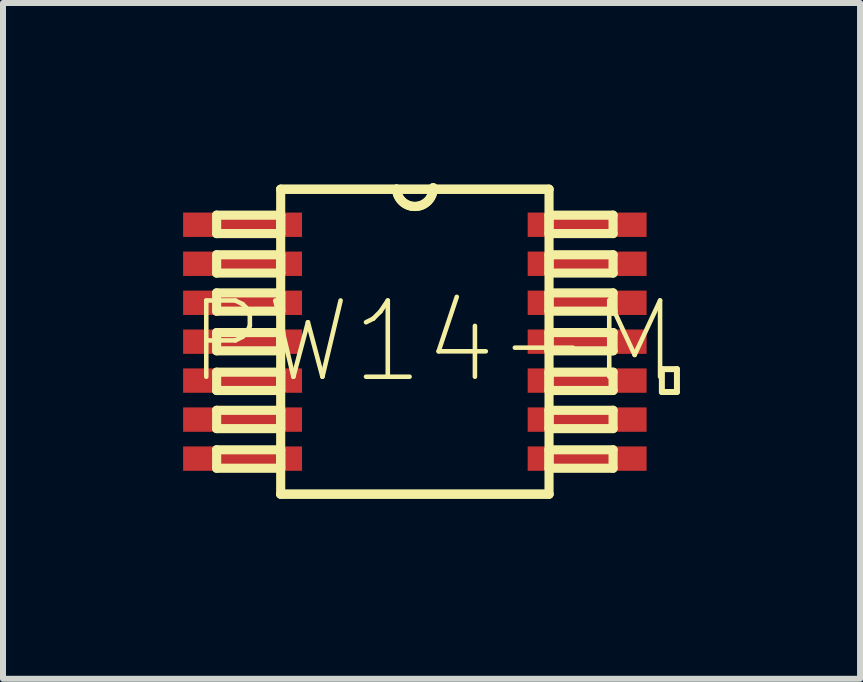
<source format=kicad_pcb>
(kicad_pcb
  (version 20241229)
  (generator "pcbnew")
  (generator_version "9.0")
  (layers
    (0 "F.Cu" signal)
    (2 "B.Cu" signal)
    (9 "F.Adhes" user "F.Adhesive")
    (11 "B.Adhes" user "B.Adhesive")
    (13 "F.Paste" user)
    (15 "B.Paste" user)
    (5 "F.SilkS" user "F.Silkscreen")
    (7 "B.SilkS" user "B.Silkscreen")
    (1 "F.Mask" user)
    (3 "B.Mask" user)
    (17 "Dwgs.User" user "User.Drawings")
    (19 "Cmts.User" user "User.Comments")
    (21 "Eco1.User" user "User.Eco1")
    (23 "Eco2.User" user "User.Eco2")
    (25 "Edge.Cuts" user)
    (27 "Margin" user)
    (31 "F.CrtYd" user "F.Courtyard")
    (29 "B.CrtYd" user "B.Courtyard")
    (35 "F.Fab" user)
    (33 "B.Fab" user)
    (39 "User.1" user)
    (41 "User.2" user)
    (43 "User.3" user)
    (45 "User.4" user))
  (footprint "PW14-M"
    (layer "F.Cu")
    (at 3.861 2.642)
    (property "Reference" "PW14-M" (at 0.305 0 0) (layer "F.SilkS") (effects (font (size 1.27 1.27) (thickness 0.076))))
    (attr smd)
    (fp_line (start -3.302 -2.108) (end -3.302 -1.801) (stroke (width 0.152) (type solid)) (layer "F.SilkS"))
    (fp_line (start -3.302 -1.801) (end -2.235 -1.801) (stroke (width 0.152) (type solid)) (layer "F.SilkS"))
    (fp_line (start -3.302 -1.448) (end -3.302 -1.143) (stroke (width 0.152) (type solid)) (layer "F.SilkS"))
    (fp_line (start -3.302 -1.143) (end -2.235 -1.143) (stroke (width 0.152) (type solid)) (layer "F.SilkS"))
    (fp_line (start -3.302 -0.813) (end -3.302 -0.508) (stroke (width 0.152) (type solid)) (layer "F.SilkS"))
    (fp_line (start -3.302 -0.508) (end -2.235 -0.508) (stroke (width 0.152) (type solid)) (layer "F.SilkS"))
    (fp_line (start -3.302 -0.152) (end -3.302 0.152) (stroke (width 0.152) (type solid)) (layer "F.SilkS"))
    (fp_line (start -3.302 0.152) (end -2.235 0.152) (stroke (width 0.152) (type solid)) (layer "F.SilkS"))
    (fp_line (start -3.302 0.508) (end -3.302 0.813) (stroke (width 0.152) (type solid)) (layer "F.SilkS"))
    (fp_line (start -3.302 0.813) (end -2.235 0.813) (stroke (width 0.152) (type solid)) (layer "F.SilkS"))
    (fp_line (start -3.302 1.143) (end -3.302 1.448) (stroke (width 0.152) (type solid)) (layer "F.SilkS"))
    (fp_line (start -3.302 1.448) (end -2.235 1.448) (stroke (width 0.152) (type solid)) (layer "F.SilkS"))
    (fp_line (start -3.302 1.801) (end -3.302 2.108) (stroke (width 0.152) (type solid)) (layer "F.SilkS"))
    (fp_line (start -3.302 2.108) (end -2.235 2.108) (stroke (width 0.152) (type solid)) (layer "F.SilkS"))
    (fp_line (start -2.235 -2.54) (end -2.235 2.54) (stroke (width 0.152) (type solid)) (layer "F.SilkS"))
    (fp_line (start -2.235 -2.108) (end -3.302 -2.108) (stroke (width 0.152) (type solid)) (layer "F.SilkS"))
    (fp_line (start -2.235 -1.801) (end -2.235 -2.108) (stroke (width 0.152) (type solid)) (layer "F.SilkS"))
    (fp_line (start -2.235 -1.448) (end -3.302 -1.448) (stroke (width 0.152) (type solid)) (layer "F.SilkS"))
    (fp_line (start -2.235 -1.143) (end -2.235 -1.448) (stroke (width 0.152) (type solid)) (layer "F.SilkS"))
    (fp_line (start -2.235 -0.813) (end -3.302 -0.813) (stroke (width 0.152) (type solid)) (layer "F.SilkS"))
    (fp_line (start -2.235 -0.508) (end -2.235 -0.813) (stroke (width 0.152) (type solid)) (layer "F.SilkS"))
    (fp_line (start -2.235 -0.152) (end -3.302 -0.152) (stroke (width 0.152) (type solid)) (layer "F.SilkS"))
    (fp_line (start -2.235 0.152) (end -2.235 -0.152) (stroke (width 0.152) (type solid)) (layer "F.SilkS"))
    (fp_line (start -2.235 0.508) (end -3.302 0.508) (stroke (width 0.152) (type solid)) (layer "F.SilkS"))
    (fp_line (start -2.235 0.813) (end -2.235 0.508) (stroke (width 0.152) (type solid)) (layer "F.SilkS"))
    (fp_line (start -2.235 1.143) (end -3.302 1.143) (stroke (width 0.152) (type solid)) (layer "F.SilkS"))
    (fp_line (start -2.235 1.448) (end -2.235 1.143) (stroke (width 0.152) (type solid)) (layer "F.SilkS"))
    (fp_line (start -2.235 1.801) (end -3.302 1.801) (stroke (width 0.152) (type solid)) (layer "F.SilkS"))
    (fp_line (start -2.235 2.108) (end -2.235 1.801) (stroke (width 0.152) (type solid)) (layer "F.SilkS"))
    (fp_line (start -2.235 2.54) (end 2.235 2.54) (stroke (width 0.152) (type solid)) (layer "F.SilkS"))
    (fp_line (start -2.235 2.54) (end 2.235 2.54) (stroke (width 0.152) (type solid)) (layer "F.SilkS"))
    (fp_line (start -0.305 -2.54) (end -2.235 -2.54) (stroke (width 0.152) (type solid)) (layer "F.SilkS"))
    (fp_line (start -0.305 -2.54) (end -2.235 -2.54) (stroke (width 0.152) (type solid)) (layer "F.SilkS"))
    (fp_line (start 2.235 -2.54) (end -0.305 -2.54) (stroke (width 0.152) (type solid)) (layer "F.SilkS"))
    (fp_line (start 2.235 -2.54) (end -0.305 -2.54) (stroke (width 0.152) (type solid)) (layer "F.SilkS"))
    (fp_line (start 2.235 -2.108) (end 2.235 -1.801) (stroke (width 0.152) (type solid)) (layer "F.SilkS"))
    (fp_line (start 2.235 -1.801) (end 3.302 -1.801) (stroke (width 0.152) (type solid)) (layer "F.SilkS"))
    (fp_line (start 2.235 -1.448) (end 2.235 -1.143) (stroke (width 0.152) (type solid)) (layer "F.SilkS"))
    (fp_line (start 2.235 -1.143) (end 3.302 -1.143) (stroke (width 0.152) (type solid)) (layer "F.SilkS"))
    (fp_line (start 2.235 -0.813) (end 2.235 -0.508) (stroke (width 0.152) (type solid)) (layer "F.SilkS"))
    (fp_line (start 2.235 -0.508) (end 3.302 -0.508) (stroke (width 0.152) (type solid)) (layer "F.SilkS"))
    (fp_line (start 2.235 -0.152) (end 2.235 0.152) (stroke (width 0.152) (type solid)) (layer "F.SilkS"))
    (fp_line (start 2.235 0.152) (end 3.302 0.152) (stroke (width 0.152) (type solid)) (layer "F.SilkS"))
    (fp_line (start 2.235 0.508) (end 2.235 0.813) (stroke (width 0.152) (type solid)) (layer "F.SilkS"))
    (fp_line (start 2.235 0.813) (end 3.302 0.813) (stroke (width 0.152) (type solid)) (layer "F.SilkS"))
    (fp_line (start 2.235 1.143) (end 2.235 1.448) (stroke (width 0.152) (type solid)) (layer "F.SilkS"))
    (fp_line (start 2.235 1.448) (end 3.302 1.448) (stroke (width 0.152) (type solid)) (layer "F.SilkS"))
    (fp_line (start 2.235 1.801) (end 2.235 2.108) (stroke (width 0.152) (type solid)) (layer "F.SilkS"))
    (fp_line (start 2.235 2.108) (end 3.302 2.108) (stroke (width 0.152) (type solid)) (layer "F.SilkS"))
    (fp_line (start 2.235 2.54) (end 2.235 -2.54) (stroke (width 0.152) (type solid)) (layer "F.SilkS"))
    (fp_line (start 3.302 -2.108) (end 2.235 -2.108) (stroke (width 0.152) (type solid)) (layer "F.SilkS"))
    (fp_line (start 3.302 -1.801) (end 3.302 -2.108) (stroke (width 0.152) (type solid)) (layer "F.SilkS"))
    (fp_line (start 3.302 -1.448) (end 2.235 -1.448) (stroke (width 0.152) (type solid)) (layer "F.SilkS"))
    (fp_line (start 3.302 -1.143) (end 3.302 -1.448) (stroke (width 0.152) (type solid)) (layer "F.SilkS"))
    (fp_line (start 3.302 -0.813) (end 2.235 -0.813) (stroke (width 0.152) (type solid)) (layer "F.SilkS"))
    (fp_line (start 3.302 -0.508) (end 3.302 -0.813) (stroke (width 0.152) (type solid)) (layer "F.SilkS"))
    (fp_line (start 3.302 -0.152) (end 2.235 -0.152) (stroke (width 0.152) (type solid)) (layer "F.SilkS"))
    (fp_line (start 3.302 0.152) (end 3.302 -0.152) (stroke (width 0.152) (type solid)) (layer "F.SilkS"))
    (fp_line (start 3.302 0.508) (end 2.235 0.508) (stroke (width 0.152) (type solid)) (layer "F.SilkS"))
    (fp_line (start 3.302 0.813) (end 3.302 0.508) (stroke (width 0.152) (type solid)) (layer "F.SilkS"))
    (fp_line (start 3.302 1.143) (end 2.235 1.143) (stroke (width 0.152) (type solid)) (layer "F.SilkS"))
    (fp_line (start 3.302 1.448) (end 3.302 1.143) (stroke (width 0.152) (type solid)) (layer "F.SilkS"))
    (fp_line (start 3.302 1.801) (end 2.235 1.801) (stroke (width 0.152) (type solid)) (layer "F.SilkS"))
    (fp_line (start 3.302 2.108) (end 3.302 1.801) (stroke (width 0.152) (type solid)) (layer "F.SilkS"))
    (fp_line (start 4.115 0.457) (end 4.366 0.457) (stroke (width 0.1) (type solid)) (layer "F.SilkS"))
    (fp_line (start 4.115 0.838) (end 4.115 0.457) (stroke (width 0.1) (type solid)) (layer "F.SilkS"))
    (fp_line (start 4.366 0.457) (end 4.366 0.838) (stroke (width 0.1) (type solid)) (layer "F.SilkS"))
    (fp_line (start 4.366 0.838) (end 4.115 0.838) (stroke (width 0.1) (type solid)) (layer "F.SilkS"))
    (fp_arc (start 0.3048 -2.5654) (mid 0.0127 -2.2479) (end -0.3048 -2.54) (stroke (width 0.1524) (type solid)) (layer "F.SilkS"))
    (fp_arc (start 0.3048 -2.5654) (mid 0.0127 -2.2479) (end -0.3048 -2.54) (stroke (width 0.1524) (type solid)) (layer "F.SilkS"))
    (pad "1" smd rect (at -2.87 -1.948) (size 1.981 0.406) (layers "F.Cu" "F.Mask" "F.Paste"))
    (pad "2" smd rect (at -2.87 -1.298) (size 1.981 0.406) (layers "F.Cu" "F.Mask" "F.Paste"))
    (pad "3" smd rect (at -2.87 -0.648) (size 1.981 0.406) (layers "F.Cu" "F.Mask" "F.Paste"))
    (pad "4" smd rect (at -2.87 0) (size 1.981 0.406) (layers "F.Cu" "F.Mask" "F.Paste"))
    (pad "5" smd rect (at -2.87 0.648) (size 1.981 0.406) (layers "F.Cu" "F.Mask" "F.Paste"))
    (pad "6" smd rect (at -2.87 1.298) (size 1.981 0.406) (layers "F.Cu" "F.Mask" "F.Paste"))
    (pad "7" smd rect (at -2.87 1.948) (size 1.981 0.406) (layers "F.Cu" "F.Mask" "F.Paste"))
    (pad "8" smd rect (at 2.87 1.948) (size 1.981 0.406) (layers "F.Cu" "F.Mask" "F.Paste"))
    (pad "9" smd rect (at 2.87 1.298) (size 1.981 0.406) (layers "F.Cu" "F.Mask" "F.Paste"))
    (pad "10" smd rect (at 2.87 0.648) (size 1.981 0.406) (layers "F.Cu" "F.Mask" "F.Paste"))
    (pad "11" smd rect (at 2.87 0) (size 1.981 0.406) (layers "F.Cu" "F.Mask" "F.Paste"))
    (pad "12" smd rect (at 2.87 -0.648) (size 1.981 0.406) (layers "F.Cu" "F.Mask" "F.Paste"))
    (pad "13" smd rect (at 2.87 -1.298) (size 1.981 0.406) (layers "F.Cu" "F.Mask" "F.Paste"))
    (pad "14" smd rect (at 2.87 -1.948) (size 1.981 0.406) (layers "F.Cu" "F.Mask" "F.Paste")))
  (gr_rect
    (start -3 -3)
    (end 11.277 8.258)
    (stroke (width 0.1) (type default))
    (fill no)
    (layer "Edge.Cuts")))
</source>
